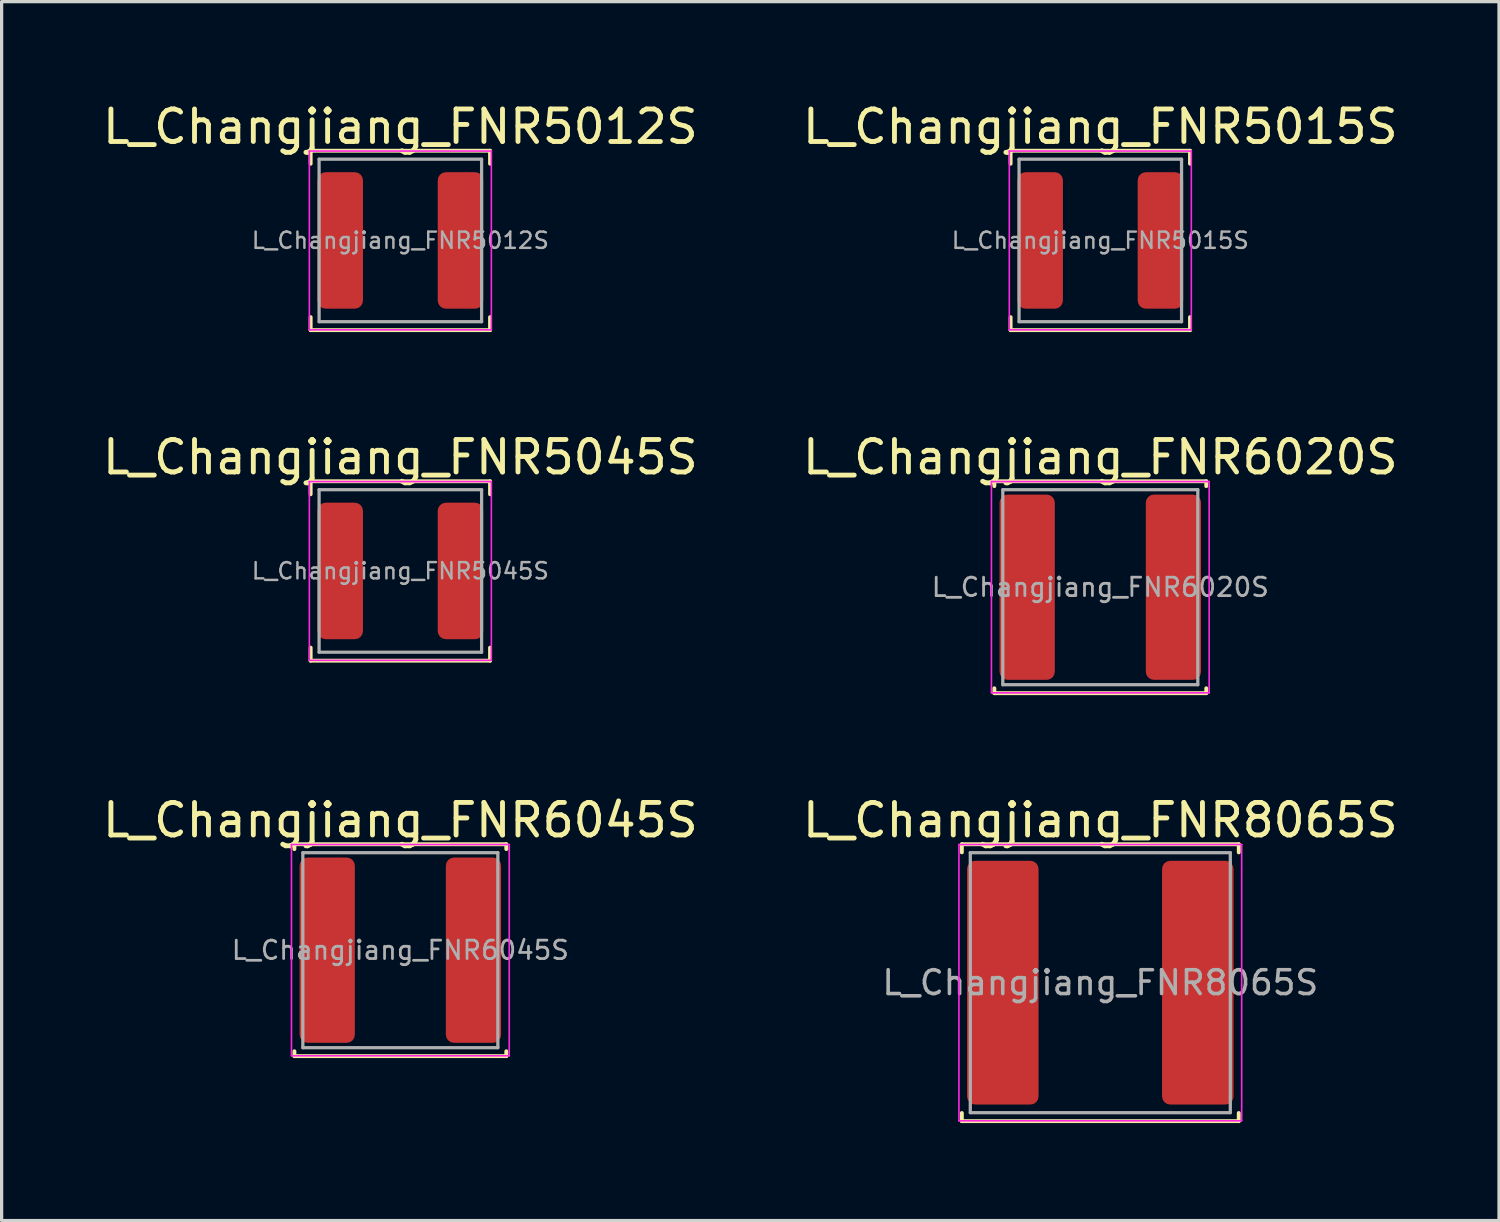
<source format=kicad_pcb>
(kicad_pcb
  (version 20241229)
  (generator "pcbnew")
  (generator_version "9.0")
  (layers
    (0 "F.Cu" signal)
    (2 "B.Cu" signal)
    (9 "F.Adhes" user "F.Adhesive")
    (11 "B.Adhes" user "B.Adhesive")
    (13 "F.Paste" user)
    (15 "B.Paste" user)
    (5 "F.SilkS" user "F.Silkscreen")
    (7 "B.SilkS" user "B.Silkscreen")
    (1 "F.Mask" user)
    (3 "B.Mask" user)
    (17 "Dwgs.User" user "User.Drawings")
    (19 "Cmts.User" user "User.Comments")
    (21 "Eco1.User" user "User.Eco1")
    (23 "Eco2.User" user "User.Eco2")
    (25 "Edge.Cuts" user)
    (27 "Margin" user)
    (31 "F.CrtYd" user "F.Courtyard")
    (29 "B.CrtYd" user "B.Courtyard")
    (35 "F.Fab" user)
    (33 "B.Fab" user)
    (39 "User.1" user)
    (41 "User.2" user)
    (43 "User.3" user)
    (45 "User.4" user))
  (footprint "L_Changjiang_FNR8065S"
    (layer "F.Cu")
    (at 30.804 27.185)
    (property "Reference" "L_Changjiang_FNR8065S" (at 0 -5 0) (layer "F.SilkS") (effects (font (size 1 1) (thickness 0.15))))
    (attr smd)
    (fp_line (start -4.26 -4.26) (end -4.26 -4.01) (stroke (width 0.12) (type solid)) (layer "F.SilkS"))
    (fp_line (start -4.26 -4.26) (end 4.26 -4.26) (stroke (width 0.12) (type solid)) (layer "F.SilkS"))
    (fp_line (start -4.26 4.26) (end -4.26 4.01) (stroke (width 0.12) (type solid)) (layer "F.SilkS"))
    (fp_line (start -4.26 4.26) (end 4.26 4.26) (stroke (width 0.12) (type solid)) (layer "F.SilkS"))
    (fp_line (start 4.26 -4.26) (end 4.26 -4.01) (stroke (width 0.12) (type solid)) (layer "F.SilkS"))
    (fp_line (start 4.26 4.26) (end 4.26 4.01) (stroke (width 0.12) (type solid)) (layer "F.SilkS"))
    (fp_line (start -4.35 -4.25) (end -4.35 4.25) (stroke (width 0.05) (type solid)) (layer "F.CrtYd"))
    (fp_line (start -4.35 4.25) (end 4.35 4.25) (stroke (width 0.05) (type solid)) (layer "F.CrtYd"))
    (fp_line (start 4.35 -4.25) (end -4.35 -4.25) (stroke (width 0.05) (type solid)) (layer "F.CrtYd"))
    (fp_line (start 4.35 4.25) (end 4.35 -4.25) (stroke (width 0.05) (type solid)) (layer "F.CrtYd"))
    (fp_line (start -4 -4) (end -4 4) (stroke (width 0.1) (type solid)) (layer "F.Fab"))
    (fp_line (start -4 4) (end 4 4) (stroke (width 0.1) (type solid)) (layer "F.Fab"))
    (fp_line (start 4 -4) (end -4 -4) (stroke (width 0.1) (type solid)) (layer "F.Fab"))
    (fp_line (start 4 4) (end 4 -4) (stroke (width 0.1) (type solid)) (layer "F.Fab"))
    (fp_text user "${REFERENCE}" (at 0 0 0) (layer "F.Fab") (effects (font (size 0.733 0.733) (thickness 0.11))))
    (pad "1" smd roundrect (at -3 0) (size 2.2 7.5) (layers "F.Cu" "F.Mask" "F.Paste") (roundrect_rratio 0.114))
    (pad "2" smd roundrect (at 3 0) (size 2.2 7.5) (layers "F.Cu" "F.Mask" "F.Paste") (roundrect_rratio 0.114)))
  (footprint "L_Changjiang_FNR6020S"
    (layer "F.Cu")
    (at 30.804 15.017)
    (property "Reference" "L_Changjiang_FNR6020S" (at 0 -4 0) (layer "F.SilkS") (effects (font (size 1 1) (thickness 0.15))))
    (attr smd)
    (fp_line (start -3.26 -3.26) (end -3.26 -3.11) (stroke (width 0.12) (type solid)) (layer "F.SilkS"))
    (fp_line (start -3.26 -3.26) (end 3.26 -3.26) (stroke (width 0.12) (type solid)) (layer "F.SilkS"))
    (fp_line (start -3.26 3.26) (end -3.26 3.11) (stroke (width 0.12) (type solid)) (layer "F.SilkS"))
    (fp_line (start -3.26 3.26) (end 3.26 3.26) (stroke (width 0.12) (type solid)) (layer "F.SilkS"))
    (fp_line (start 3.26 -3.26) (end 3.26 -3.11) (stroke (width 0.12) (type solid)) (layer "F.SilkS"))
    (fp_line (start 3.26 3.26) (end 3.26 3.11) (stroke (width 0.12) (type solid)) (layer "F.SilkS"))
    (fp_line (start -3.35 -3.25) (end -3.35 3.25) (stroke (width 0.05) (type solid)) (layer "F.CrtYd"))
    (fp_line (start -3.35 3.25) (end 3.35 3.25) (stroke (width 0.05) (type solid)) (layer "F.CrtYd"))
    (fp_line (start 3.35 -3.25) (end -3.35 -3.25) (stroke (width 0.05) (type solid)) (layer "F.CrtYd"))
    (fp_line (start 3.35 3.25) (end 3.35 -3.25) (stroke (width 0.05) (type solid)) (layer "F.CrtYd"))
    (fp_line (start -3 -3) (end -3 3) (stroke (width 0.1) (type solid)) (layer "F.Fab"))
    (fp_line (start -3 3) (end 3 3) (stroke (width 0.1) (type solid)) (layer "F.Fab"))
    (fp_line (start 3 -3) (end -3 -3) (stroke (width 0.1) (type solid)) (layer "F.Fab"))
    (fp_line (start 3 3) (end 3 -3) (stroke (width 0.1) (type solid)) (layer "F.Fab"))
    (fp_text user "${REFERENCE}" (at 0 0 0) (layer "F.Fab") (effects (font (size 0.567 0.567) (thickness 0.085))))
    (pad "1" smd roundrect (at -2.25 0) (size 1.7 5.7) (layers "F.Cu" "F.Mask" "F.Paste") (roundrect_rratio 0.147))
    (pad "2" smd roundrect (at 2.25 0) (size 1.7 5.7) (layers "F.Cu" "F.Mask" "F.Paste") (roundrect_rratio 0.147)))
  (footprint "L_Changjiang_FNR5012S"
    (layer "F.Cu")
    (at 9.268 4.348)
    (property "Reference" "L_Changjiang_FNR5012S" (at 0 -3.5 0) (layer "F.SilkS") (effects (font (size 1 1) (thickness 0.15))))
    (attr smd)
    (fp_line (start -2.76 -2.76) (end -2.76 -2.36) (stroke (width 0.12) (type solid)) (layer "F.SilkS"))
    (fp_line (start -2.76 -2.76) (end 2.76 -2.76) (stroke (width 0.12) (type solid)) (layer "F.SilkS"))
    (fp_line (start -2.76 2.76) (end -2.76 2.36) (stroke (width 0.12) (type solid)) (layer "F.SilkS"))
    (fp_line (start -2.76 2.76) (end 2.76 2.76) (stroke (width 0.12) (type solid)) (layer "F.SilkS"))
    (fp_line (start 2.76 -2.76) (end 2.76 -2.36) (stroke (width 0.12) (type solid)) (layer "F.SilkS"))
    (fp_line (start 2.76 2.76) (end 2.76 2.36) (stroke (width 0.12) (type solid)) (layer "F.SilkS"))
    (fp_line (start -2.8 -2.75) (end -2.8 2.75) (stroke (width 0.05) (type solid)) (layer "F.CrtYd"))
    (fp_line (start -2.8 2.75) (end 2.8 2.75) (stroke (width 0.05) (type solid)) (layer "F.CrtYd"))
    (fp_line (start 2.8 -2.75) (end -2.8 -2.75) (stroke (width 0.05) (type solid)) (layer "F.CrtYd"))
    (fp_line (start 2.8 2.75) (end 2.8 -2.75) (stroke (width 0.05) (type solid)) (layer "F.CrtYd"))
    (fp_line (start -2.5 -2.5) (end -2.5 2.5) (stroke (width 0.1) (type solid)) (layer "F.Fab"))
    (fp_line (start -2.5 2.5) (end 2.5 2.5) (stroke (width 0.1) (type solid)) (layer "F.Fab"))
    (fp_line (start 2.5 -2.5) (end -2.5 -2.5) (stroke (width 0.1) (type solid)) (layer "F.Fab"))
    (fp_line (start 2.5 2.5) (end 2.5 -2.5) (stroke (width 0.1) (type solid)) (layer "F.Fab"))
    (fp_text user "${REFERENCE}" (at 0 0 0) (layer "F.Fab") (effects (font (size 0.5 0.5) (thickness 0.075))))
    (pad "1" smd roundrect (at -1.85 0) (size 1.4 4.2) (layers "F.Cu" "F.Mask" "F.Paste") (roundrect_rratio 0.179))
    (pad "2" smd roundrect (at 1.85 0) (size 1.4 4.2) (layers "F.Cu" "F.Mask" "F.Paste") (roundrect_rratio 0.179)))
  (footprint "L_Changjiang_FNR5015S"
    (layer "F.Cu")
    (at 30.804 4.348)
    (property "Reference" "L_Changjiang_FNR5015S" (at 0 -3.5 0) (layer "F.SilkS") (effects (font (size 1 1) (thickness 0.15))))
    (attr smd)
    (fp_line (start -2.76 -2.76) (end -2.76 -2.36) (stroke (width 0.12) (type solid)) (layer "F.SilkS"))
    (fp_line (start -2.76 -2.76) (end 2.76 -2.76) (stroke (width 0.12) (type solid)) (layer "F.SilkS"))
    (fp_line (start -2.76 2.76) (end -2.76 2.36) (stroke (width 0.12) (type solid)) (layer "F.SilkS"))
    (fp_line (start -2.76 2.76) (end 2.76 2.76) (stroke (width 0.12) (type solid)) (layer "F.SilkS"))
    (fp_line (start 2.76 -2.76) (end 2.76 -2.36) (stroke (width 0.12) (type solid)) (layer "F.SilkS"))
    (fp_line (start 2.76 2.76) (end 2.76 2.36) (stroke (width 0.12) (type solid)) (layer "F.SilkS"))
    (fp_line (start -2.8 -2.75) (end -2.8 2.75) (stroke (width 0.05) (type solid)) (layer "F.CrtYd"))
    (fp_line (start -2.8 2.75) (end 2.8 2.75) (stroke (width 0.05) (type solid)) (layer "F.CrtYd"))
    (fp_line (start 2.8 -2.75) (end -2.8 -2.75) (stroke (width 0.05) (type solid)) (layer "F.CrtYd"))
    (fp_line (start 2.8 2.75) (end 2.8 -2.75) (stroke (width 0.05) (type solid)) (layer "F.CrtYd"))
    (fp_line (start -2.5 -2.5) (end -2.5 2.5) (stroke (width 0.1) (type solid)) (layer "F.Fab"))
    (fp_line (start -2.5 2.5) (end 2.5 2.5) (stroke (width 0.1) (type solid)) (layer "F.Fab"))
    (fp_line (start 2.5 -2.5) (end -2.5 -2.5) (stroke (width 0.1) (type solid)) (layer "F.Fab"))
    (fp_line (start 2.5 2.5) (end 2.5 -2.5) (stroke (width 0.1) (type solid)) (layer "F.Fab"))
    (fp_text user "${REFERENCE}" (at 0 0 0) (layer "F.Fab") (effects (font (size 0.5 0.5) (thickness 0.075))))
    (pad "1" smd roundrect (at -1.85 0) (size 1.4 4.2) (layers "F.Cu" "F.Mask" "F.Paste") (roundrect_rratio 0.179))
    (pad "2" smd roundrect (at 1.85 0) (size 1.4 4.2) (layers "F.Cu" "F.Mask" "F.Paste") (roundrect_rratio 0.179)))
  (footprint "L_Changjiang_FNR6045S"
    (layer "F.Cu")
    (at 9.268 26.185)
    (property "Reference" "L_Changjiang_FNR6045S" (at 0 -4 0) (layer "F.SilkS") (effects (font (size 1 1) (thickness 0.15))))
    (attr smd)
    (fp_line (start -3.26 -3.26) (end -3.26 -3.11) (stroke (width 0.12) (type solid)) (layer "F.SilkS"))
    (fp_line (start -3.26 -3.26) (end 3.26 -3.26) (stroke (width 0.12) (type solid)) (layer "F.SilkS"))
    (fp_line (start -3.26 3.26) (end -3.26 3.11) (stroke (width 0.12) (type solid)) (layer "F.SilkS"))
    (fp_line (start -3.26 3.26) (end 3.26 3.26) (stroke (width 0.12) (type solid)) (layer "F.SilkS"))
    (fp_line (start 3.26 -3.26) (end 3.26 -3.11) (stroke (width 0.12) (type solid)) (layer "F.SilkS"))
    (fp_line (start 3.26 3.26) (end 3.26 3.11) (stroke (width 0.12) (type solid)) (layer "F.SilkS"))
    (fp_line (start -3.35 -3.25) (end -3.35 3.25) (stroke (width 0.05) (type solid)) (layer "F.CrtYd"))
    (fp_line (start -3.35 3.25) (end 3.35 3.25) (stroke (width 0.05) (type solid)) (layer "F.CrtYd"))
    (fp_line (start 3.35 -3.25) (end -3.35 -3.25) (stroke (width 0.05) (type solid)) (layer "F.CrtYd"))
    (fp_line (start 3.35 3.25) (end 3.35 -3.25) (stroke (width 0.05) (type solid)) (layer "F.CrtYd"))
    (fp_line (start -3 -3) (end -3 3) (stroke (width 0.1) (type solid)) (layer "F.Fab"))
    (fp_line (start -3 3) (end 3 3) (stroke (width 0.1) (type solid)) (layer "F.Fab"))
    (fp_line (start 3 -3) (end -3 -3) (stroke (width 0.1) (type solid)) (layer "F.Fab"))
    (fp_line (start 3 3) (end 3 -3) (stroke (width 0.1) (type solid)) (layer "F.Fab"))
    (fp_text user "${REFERENCE}" (at 0 0 0) (layer "F.Fab") (effects (font (size 0.567 0.567) (thickness 0.085))))
    (pad "1" smd roundrect (at -2.25 0) (size 1.7 5.7) (layers "F.Cu" "F.Mask" "F.Paste") (roundrect_rratio 0.147))
    (pad "2" smd roundrect (at 2.25 0) (size 1.7 5.7) (layers "F.Cu" "F.Mask" "F.Paste") (roundrect_rratio 0.147)))
  (footprint "L_Changjiang_FNR5045S"
    (layer "F.Cu")
    (at 9.268 14.517)
    (property "Reference" "L_Changjiang_FNR5045S" (at 0 -3.5 0) (layer "F.SilkS") (effects (font (size 1 1) (thickness 0.15))))
    (attr smd)
    (fp_line (start -2.76 -2.76) (end -2.76 -2.36) (stroke (width 0.12) (type solid)) (layer "F.SilkS"))
    (fp_line (start -2.76 -2.76) (end 2.76 -2.76) (stroke (width 0.12) (type solid)) (layer "F.SilkS"))
    (fp_line (start -2.76 2.76) (end -2.76 2.36) (stroke (width 0.12) (type solid)) (layer "F.SilkS"))
    (fp_line (start -2.76 2.76) (end 2.76 2.76) (stroke (width 0.12) (type solid)) (layer "F.SilkS"))
    (fp_line (start 2.76 -2.76) (end 2.76 -2.36) (stroke (width 0.12) (type solid)) (layer "F.SilkS"))
    (fp_line (start 2.76 2.76) (end 2.76 2.36) (stroke (width 0.12) (type solid)) (layer "F.SilkS"))
    (fp_line (start -2.8 -2.75) (end -2.8 2.75) (stroke (width 0.05) (type solid)) (layer "F.CrtYd"))
    (fp_line (start -2.8 2.75) (end 2.8 2.75) (stroke (width 0.05) (type solid)) (layer "F.CrtYd"))
    (fp_line (start 2.8 -2.75) (end -2.8 -2.75) (stroke (width 0.05) (type solid)) (layer "F.CrtYd"))
    (fp_line (start 2.8 2.75) (end 2.8 -2.75) (stroke (width 0.05) (type solid)) (layer "F.CrtYd"))
    (fp_line (start -2.5 -2.5) (end -2.5 2.5) (stroke (width 0.1) (type solid)) (layer "F.Fab"))
    (fp_line (start -2.5 2.5) (end 2.5 2.5) (stroke (width 0.1) (type solid)) (layer "F.Fab"))
    (fp_line (start 2.5 -2.5) (end -2.5 -2.5) (stroke (width 0.1) (type solid)) (layer "F.Fab"))
    (fp_line (start 2.5 2.5) (end 2.5 -2.5) (stroke (width 0.1) (type solid)) (layer "F.Fab"))
    (fp_text user "${REFERENCE}" (at 0 0 0) (layer "F.Fab") (effects (font (size 0.5 0.5) (thickness 0.075))))
    (pad "1" smd roundrect (at -1.85 0) (size 1.4 4.2) (layers "F.Cu" "F.Mask" "F.Paste") (roundrect_rratio 0.179))
    (pad "2" smd roundrect (at 1.85 0) (size 1.4 4.2) (layers "F.Cu" "F.Mask" "F.Paste") (roundrect_rratio 0.179)))
  (gr_rect
    (start -3 -3)
    (end 43.071 34.505)
    (stroke (width 0.1) (type default))
    (fill no)
    (layer "Edge.Cuts")))
</source>
